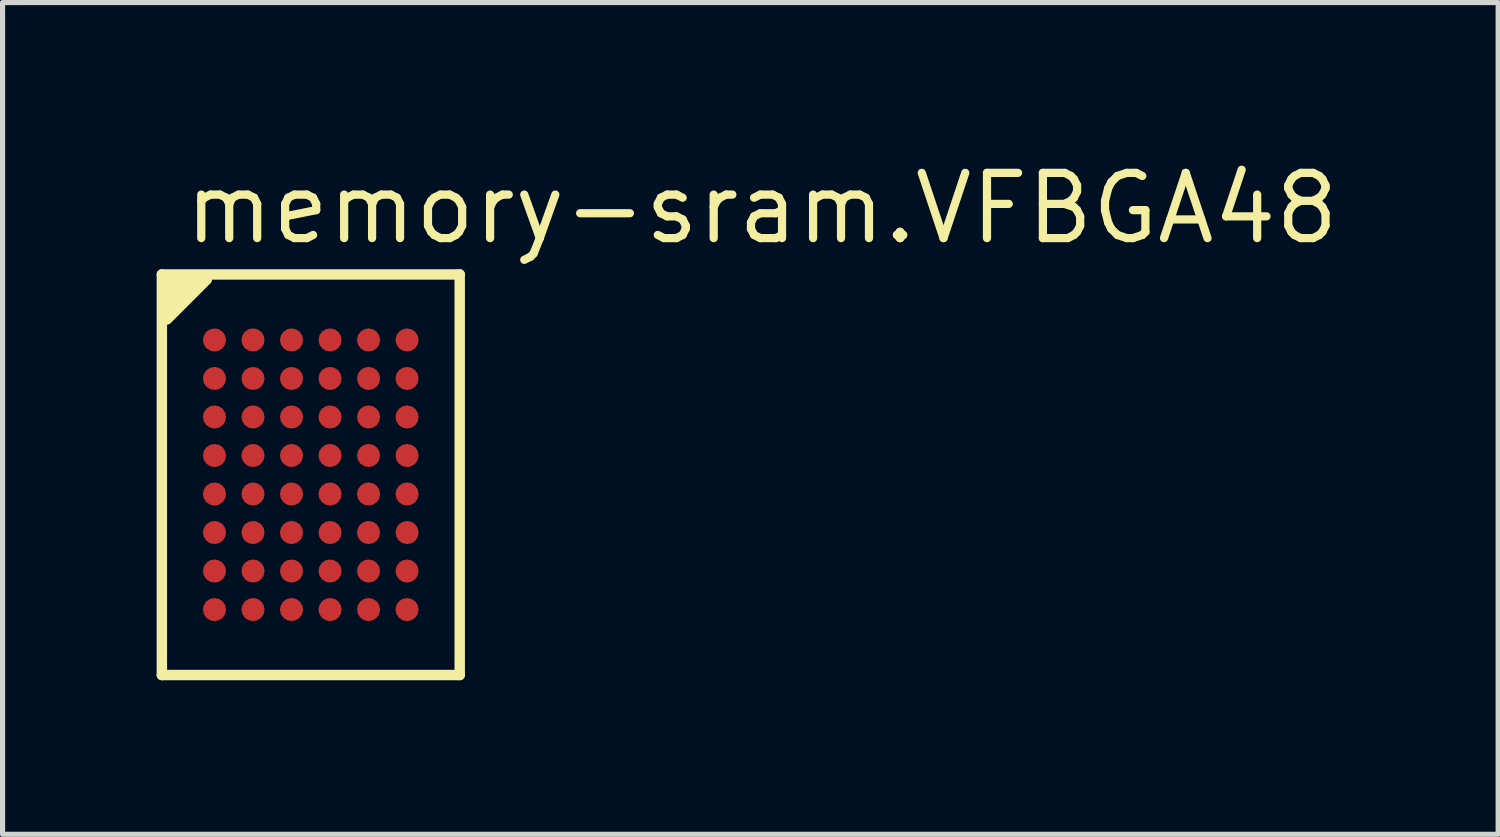
<source format=kicad_pcb>
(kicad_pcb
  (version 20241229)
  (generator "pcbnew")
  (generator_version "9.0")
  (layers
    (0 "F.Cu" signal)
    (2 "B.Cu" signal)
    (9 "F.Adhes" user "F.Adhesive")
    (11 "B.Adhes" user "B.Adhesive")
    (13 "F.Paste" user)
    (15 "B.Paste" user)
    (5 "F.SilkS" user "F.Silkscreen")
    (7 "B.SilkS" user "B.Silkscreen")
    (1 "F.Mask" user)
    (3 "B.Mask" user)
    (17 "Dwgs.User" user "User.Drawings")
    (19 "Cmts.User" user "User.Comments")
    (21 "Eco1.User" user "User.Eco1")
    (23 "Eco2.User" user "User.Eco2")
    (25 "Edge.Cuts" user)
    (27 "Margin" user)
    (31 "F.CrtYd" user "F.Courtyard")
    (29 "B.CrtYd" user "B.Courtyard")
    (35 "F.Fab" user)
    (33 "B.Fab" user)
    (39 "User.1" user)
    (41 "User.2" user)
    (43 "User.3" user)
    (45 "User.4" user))
  (footprint "memory-sram.VFBGA48"
    (layer "F.Cu")
    (at 3.002 6.195)
    (property "Reference" "memory-sram.VFBGA48" (at -2.54 -4.445 0) (layer "F.SilkS") (effects (font (size 1.27 1.27) (thickness 0.16)) (justify left bottom)))
    (attr smd)
    (fp_circle (center -1.875 -2.625) (end -1.65 -2.625) (stroke (width 0.1) (type default)) (fill no) (layer "F.Mask"))
    (fp_circle (center -1.875 -1.875) (end -1.65 -1.875) (stroke (width 0.1) (type default)) (fill no) (layer "F.Mask"))
    (fp_circle (center -1.875 -1.125) (end -1.65 -1.125) (stroke (width 0.1) (type default)) (fill no) (layer "F.Mask"))
    (fp_circle (center -1.875 -0.375) (end -1.65 -0.375) (stroke (width 0.1) (type default)) (fill no) (layer "F.Mask"))
    (fp_circle (center -1.875 0.375) (end -1.65 0.375) (stroke (width 0.1) (type default)) (fill no) (layer "F.Mask"))
    (fp_circle (center -1.875 1.125) (end -1.65 1.125) (stroke (width 0.1) (type default)) (fill no) (layer "F.Mask"))
    (fp_circle (center -1.875 1.875) (end -1.65 1.875) (stroke (width 0.1) (type default)) (fill no) (layer "F.Mask"))
    (fp_circle (center -1.875 2.625) (end -1.65 2.625) (stroke (width 0.1) (type default)) (fill no) (layer "F.Mask"))
    (fp_circle (center -1.125 -2.625) (end -0.9 -2.625) (stroke (width 0.1) (type default)) (fill no) (layer "F.Mask"))
    (fp_circle (center -1.125 -1.875) (end -0.9 -1.875) (stroke (width 0.1) (type default)) (fill no) (layer "F.Mask"))
    (fp_circle (center -1.125 -1.125) (end -0.9 -1.125) (stroke (width 0.1) (type default)) (fill no) (layer "F.Mask"))
    (fp_circle (center -1.125 -0.375) (end -0.9 -0.375) (stroke (width 0.1) (type default)) (fill no) (layer "F.Mask"))
    (fp_circle (center -1.125 0.375) (end -0.9 0.375) (stroke (width 0.1) (type default)) (fill no) (layer "F.Mask"))
    (fp_circle (center -1.125 1.125) (end -0.9 1.125) (stroke (width 0.1) (type default)) (fill no) (layer "F.Mask"))
    (fp_circle (center -1.125 1.875) (end -0.9 1.875) (stroke (width 0.1) (type default)) (fill no) (layer "F.Mask"))
    (fp_circle (center -1.125 2.625) (end -0.9 2.625) (stroke (width 0.1) (type default)) (fill no) (layer "F.Mask"))
    (fp_circle (center -0.375 -2.625) (end -0.15 -2.625) (stroke (width 0.1) (type default)) (fill no) (layer "F.Mask"))
    (fp_circle (center -0.375 -1.875) (end -0.15 -1.875) (stroke (width 0.1) (type default)) (fill no) (layer "F.Mask"))
    (fp_circle (center -0.375 -1.125) (end -0.15 -1.125) (stroke (width 0.1) (type default)) (fill no) (layer "F.Mask"))
    (fp_circle (center -0.375 -0.375) (end -0.15 -0.375) (stroke (width 0.1) (type default)) (fill no) (layer "F.Mask"))
    (fp_circle (center -0.375 0.375) (end -0.15 0.375) (stroke (width 0.1) (type default)) (fill no) (layer "F.Mask"))
    (fp_circle (center -0.375 1.125) (end -0.15 1.125) (stroke (width 0.1) (type default)) (fill no) (layer "F.Mask"))
    (fp_circle (center -0.375 1.875) (end -0.15 1.875) (stroke (width 0.1) (type default)) (fill no) (layer "F.Mask"))
    (fp_circle (center -0.375 2.625) (end -0.15 2.625) (stroke (width 0.1) (type default)) (fill no) (layer "F.Mask"))
    (fp_circle (center 0.375 -2.625) (end 0.6 -2.625) (stroke (width 0.1) (type default)) (fill no) (layer "F.Mask"))
    (fp_circle (center 0.375 -1.875) (end 0.6 -1.875) (stroke (width 0.1) (type default)) (fill no) (layer "F.Mask"))
    (fp_circle (center 0.375 -1.125) (end 0.6 -1.125) (stroke (width 0.1) (type default)) (fill no) (layer "F.Mask"))
    (fp_circle (center 0.375 -0.375) (end 0.6 -0.375) (stroke (width 0.1) (type default)) (fill no) (layer "F.Mask"))
    (fp_circle (center 0.375 0.375) (end 0.6 0.375) (stroke (width 0.1) (type default)) (fill no) (layer "F.Mask"))
    (fp_circle (center 0.375 1.125) (end 0.6 1.125) (stroke (width 0.1) (type default)) (fill no) (layer "F.Mask"))
    (fp_circle (center 0.375 1.875) (end 0.6 1.875) (stroke (width 0.1) (type default)) (fill no) (layer "F.Mask"))
    (fp_circle (center 0.375 2.625) (end 0.6 2.625) (stroke (width 0.1) (type default)) (fill no) (layer "F.Mask"))
    (fp_circle (center 1.125 -2.625) (end 1.35 -2.625) (stroke (width 0.1) (type default)) (fill no) (layer "F.Mask"))
    (fp_circle (center 1.125 -1.875) (end 1.35 -1.875) (stroke (width 0.1) (type default)) (fill no) (layer "F.Mask"))
    (fp_circle (center 1.125 -1.125) (end 1.35 -1.125) (stroke (width 0.1) (type default)) (fill no) (layer "F.Mask"))
    (fp_circle (center 1.125 -0.375) (end 1.35 -0.375) (stroke (width 0.1) (type default)) (fill no) (layer "F.Mask"))
    (fp_circle (center 1.125 0.375) (end 1.35 0.375) (stroke (width 0.1) (type default)) (fill no) (layer "F.Mask"))
    (fp_circle (center 1.125 1.125) (end 1.35 1.125) (stroke (width 0.1) (type default)) (fill no) (layer "F.Mask"))
    (fp_circle (center 1.125 1.875) (end 1.35 1.875) (stroke (width 0.1) (type default)) (fill no) (layer "F.Mask"))
    (fp_circle (center 1.125 2.625) (end 1.35 2.625) (stroke (width 0.1) (type default)) (fill no) (layer "F.Mask"))
    (fp_circle (center 1.875 -2.625) (end 2.1 -2.625) (stroke (width 0.1) (type default)) (fill no) (layer "F.Mask"))
    (fp_circle (center 1.875 -1.875) (end 2.1 -1.875) (stroke (width 0.1) (type default)) (fill no) (layer "F.Mask"))
    (fp_circle (center 1.875 -1.125) (end 2.1 -1.125) (stroke (width 0.1) (type default)) (fill no) (layer "F.Mask"))
    (fp_circle (center 1.875 -0.375) (end 2.1 -0.375) (stroke (width 0.1) (type default)) (fill no) (layer "F.Mask"))
    (fp_circle (center 1.875 0.375) (end 2.1 0.375) (stroke (width 0.1) (type default)) (fill no) (layer "F.Mask"))
    (fp_circle (center 1.875 1.125) (end 2.1 1.125) (stroke (width 0.1) (type default)) (fill no) (layer "F.Mask"))
    (fp_circle (center 1.875 1.875) (end 2.1 1.875) (stroke (width 0.1) (type default)) (fill no) (layer "F.Mask"))
    (fp_circle (center 1.875 2.625) (end 2.1 2.625) (stroke (width 0.1) (type default)) (fill no) (layer "F.Mask"))
    (fp_line (start -2.9 -3.9) (end -2.9 3.9) (stroke (width 0.203) (type default)) (layer "F.SilkS"))
    (fp_line (start -2.9 3.9) (end 2.9 3.9) (stroke (width 0.203) (type default)) (layer "F.SilkS"))
    (fp_line (start 2.9 -3.9) (end -2.9 -3.9) (stroke (width 0.203) (type default)) (layer "F.SilkS"))
    (fp_line (start 2.9 3.9) (end 2.9 -3.9) (stroke (width 0.203) (type default)) (layer "F.SilkS"))
    (fp_poly (pts (xy -2.8 -3.025) (xy -2.025 -3.8) (xy -2.8 -3.8)) (stroke (width 0.203) (type default)) (fill yes) (layer "F.SilkS"))
    (pad "A1" smd roundrect (at -1.875 -2.625) (size 0.45 0.45) (layers "F.Cu" "F.Mask" "F.Paste") (roundrect_rratio 0.5))
    (pad "A2" smd roundrect (at -1.125 -2.625) (size 0.45 0.45) (layers "F.Cu" "F.Mask" "F.Paste") (roundrect_rratio 0.5))
    (pad "A3" smd roundrect (at -0.375 -2.625) (size 0.45 0.45) (layers "F.Cu" "F.Mask" "F.Paste") (roundrect_rratio 0.5))
    (pad "A4" smd roundrect (at 0.375 -2.625) (size 0.45 0.45) (layers "F.Cu" "F.Mask" "F.Paste") (roundrect_rratio 0.5))
    (pad "A5" smd roundrect (at 1.125 -2.625) (size 0.45 0.45) (layers "F.Cu" "F.Mask" "F.Paste") (roundrect_rratio 0.5))
    (pad "A6" smd roundrect (at 1.875 -2.625) (size 0.45 0.45) (layers "F.Cu" "F.Mask" "F.Paste") (roundrect_rratio 0.5))
    (pad "B1" smd roundrect (at -1.875 -1.875) (size 0.45 0.45) (layers "F.Cu" "F.Mask" "F.Paste") (roundrect_rratio 0.5))
    (pad "B2" smd roundrect (at -1.125 -1.875) (size 0.45 0.45) (layers "F.Cu" "F.Mask" "F.Paste") (roundrect_rratio 0.5))
    (pad "B3" smd roundrect (at -0.375 -1.875) (size 0.45 0.45) (layers "F.Cu" "F.Mask" "F.Paste") (roundrect_rratio 0.5))
    (pad "B4" smd roundrect (at 0.375 -1.875) (size 0.45 0.45) (layers "F.Cu" "F.Mask" "F.Paste") (roundrect_rratio 0.5))
    (pad "B5" smd roundrect (at 1.125 -1.875) (size 0.45 0.45) (layers "F.Cu" "F.Mask" "F.Paste") (roundrect_rratio 0.5))
    (pad "B6" smd roundrect (at 1.875 -1.875) (size 0.45 0.45) (layers "F.Cu" "F.Mask" "F.Paste") (roundrect_rratio 0.5))
    (pad "C1" smd roundrect (at -1.875 -1.125) (size 0.45 0.45) (layers "F.Cu" "F.Mask" "F.Paste") (roundrect_rratio 0.5))
    (pad "C2" smd roundrect (at -1.125 -1.125) (size 0.45 0.45) (layers "F.Cu" "F.Mask" "F.Paste") (roundrect_rratio 0.5))
    (pad "C3" smd roundrect (at -0.375 -1.125) (size 0.45 0.45) (layers "F.Cu" "F.Mask" "F.Paste") (roundrect_rratio 0.5))
    (pad "C4" smd roundrect (at 0.375 -1.125) (size 0.45 0.45) (layers "F.Cu" "F.Mask" "F.Paste") (roundrect_rratio 0.5))
    (pad "C5" smd roundrect (at 1.125 -1.125) (size 0.45 0.45) (layers "F.Cu" "F.Mask" "F.Paste") (roundrect_rratio 0.5))
    (pad "C6" smd roundrect (at 1.875 -1.125) (size 0.45 0.45) (layers "F.Cu" "F.Mask" "F.Paste") (roundrect_rratio 0.5))
    (pad "D1" smd roundrect (at -1.875 -0.375) (size 0.45 0.45) (layers "F.Cu" "F.Mask" "F.Paste") (roundrect_rratio 0.5))
    (pad "D2" smd roundrect (at -1.125 -0.375) (size 0.45 0.45) (layers "F.Cu" "F.Mask" "F.Paste") (roundrect_rratio 0.5))
    (pad "D3" smd roundrect (at -0.375 -0.375) (size 0.45 0.45) (layers "F.Cu" "F.Mask" "F.Paste") (roundrect_rratio 0.5))
    (pad "D4" smd roundrect (at 0.375 -0.375) (size 0.45 0.45) (layers "F.Cu" "F.Mask" "F.Paste") (roundrect_rratio 0.5))
    (pad "D5" smd roundrect (at 1.125 -0.375) (size 0.45 0.45) (layers "F.Cu" "F.Mask" "F.Paste") (roundrect_rratio 0.5))
    (pad "D6" smd roundrect (at 1.875 -0.375) (size 0.45 0.45) (layers "F.Cu" "F.Mask" "F.Paste") (roundrect_rratio 0.5))
    (pad "E1" smd roundrect (at -1.875 0.375) (size 0.45 0.45) (layers "F.Cu" "F.Mask" "F.Paste") (roundrect_rratio 0.5))
    (pad "E2" smd roundrect (at -1.125 0.375) (size 0.45 0.45) (layers "F.Cu" "F.Mask" "F.Paste") (roundrect_rratio 0.5))
    (pad "E3" smd roundrect (at -0.375 0.375) (size 0.45 0.45) (layers "F.Cu" "F.Mask" "F.Paste") (roundrect_rratio 0.5))
    (pad "E4" smd roundrect (at 0.375 0.375) (size 0.45 0.45) (layers "F.Cu" "F.Mask" "F.Paste") (roundrect_rratio 0.5))
    (pad "E5" smd roundrect (at 1.125 0.375) (size 0.45 0.45) (layers "F.Cu" "F.Mask" "F.Paste") (roundrect_rratio 0.5))
    (pad "E6" smd roundrect (at 1.875 0.375) (size 0.45 0.45) (layers "F.Cu" "F.Mask" "F.Paste") (roundrect_rratio 0.5))
    (pad "F1" smd roundrect (at -1.875 1.125) (size 0.45 0.45) (layers "F.Cu" "F.Mask" "F.Paste") (roundrect_rratio 0.5))
    (pad "F2" smd roundrect (at -1.125 1.125) (size 0.45 0.45) (layers "F.Cu" "F.Mask" "F.Paste") (roundrect_rratio 0.5))
    (pad "F3" smd roundrect (at -0.375 1.125) (size 0.45 0.45) (layers "F.Cu" "F.Mask" "F.Paste") (roundrect_rratio 0.5))
    (pad "F4" smd roundrect (at 0.375 1.125) (size 0.45 0.45) (layers "F.Cu" "F.Mask" "F.Paste") (roundrect_rratio 0.5))
    (pad "F5" smd roundrect (at 1.125 1.125) (size 0.45 0.45) (layers "F.Cu" "F.Mask" "F.Paste") (roundrect_rratio 0.5))
    (pad "F6" smd roundrect (at 1.875 1.125) (size 0.45 0.45) (layers "F.Cu" "F.Mask" "F.Paste") (roundrect_rratio 0.5))
    (pad "G1" smd roundrect (at -1.875 1.875) (size 0.45 0.45) (layers "F.Cu" "F.Mask" "F.Paste") (roundrect_rratio 0.5))
    (pad "G2" smd roundrect (at -1.125 1.875) (size 0.45 0.45) (layers "F.Cu" "F.Mask" "F.Paste") (roundrect_rratio 0.5))
    (pad "G3" smd roundrect (at -0.375 1.875) (size 0.45 0.45) (layers "F.Cu" "F.Mask" "F.Paste") (roundrect_rratio 0.5))
    (pad "G4" smd roundrect (at 0.375 1.875) (size 0.45 0.45) (layers "F.Cu" "F.Mask" "F.Paste") (roundrect_rratio 0.5))
    (pad "G5" smd roundrect (at 1.125 1.875) (size 0.45 0.45) (layers "F.Cu" "F.Mask" "F.Paste") (roundrect_rratio 0.5))
    (pad "G6" smd roundrect (at 1.875 1.875) (size 0.45 0.45) (layers "F.Cu" "F.Mask" "F.Paste") (roundrect_rratio 0.5))
    (pad "H1" smd roundrect (at -1.875 2.625) (size 0.45 0.45) (layers "F.Cu" "F.Mask" "F.Paste") (roundrect_rratio 0.5))
    (pad "H2" smd roundrect (at -1.125 2.625) (size 0.45 0.45) (layers "F.Cu" "F.Mask" "F.Paste") (roundrect_rratio 0.5))
    (pad "H3" smd roundrect (at -0.375 2.625) (size 0.45 0.45) (layers "F.Cu" "F.Mask" "F.Paste") (roundrect_rratio 0.5))
    (pad "H4" smd roundrect (at 0.375 2.625) (size 0.45 0.45) (layers "F.Cu" "F.Mask" "F.Paste") (roundrect_rratio 0.5))
    (pad "H5" smd roundrect (at 1.125 2.625) (size 0.45 0.45) (layers "F.Cu" "F.Mask" "F.Paste") (roundrect_rratio 0.5))
    (pad "H6" smd roundrect (at 1.875 2.625) (size 0.45 0.45) (layers "F.Cu" "F.Mask" "F.Paste") (roundrect_rratio 0.5)))
  (gr_rect
    (start -3 -3)
    (end 26.124 13.197)
    (stroke (width 0.1) (type default))
    (fill no)
    (layer "Edge.Cuts")))
</source>
